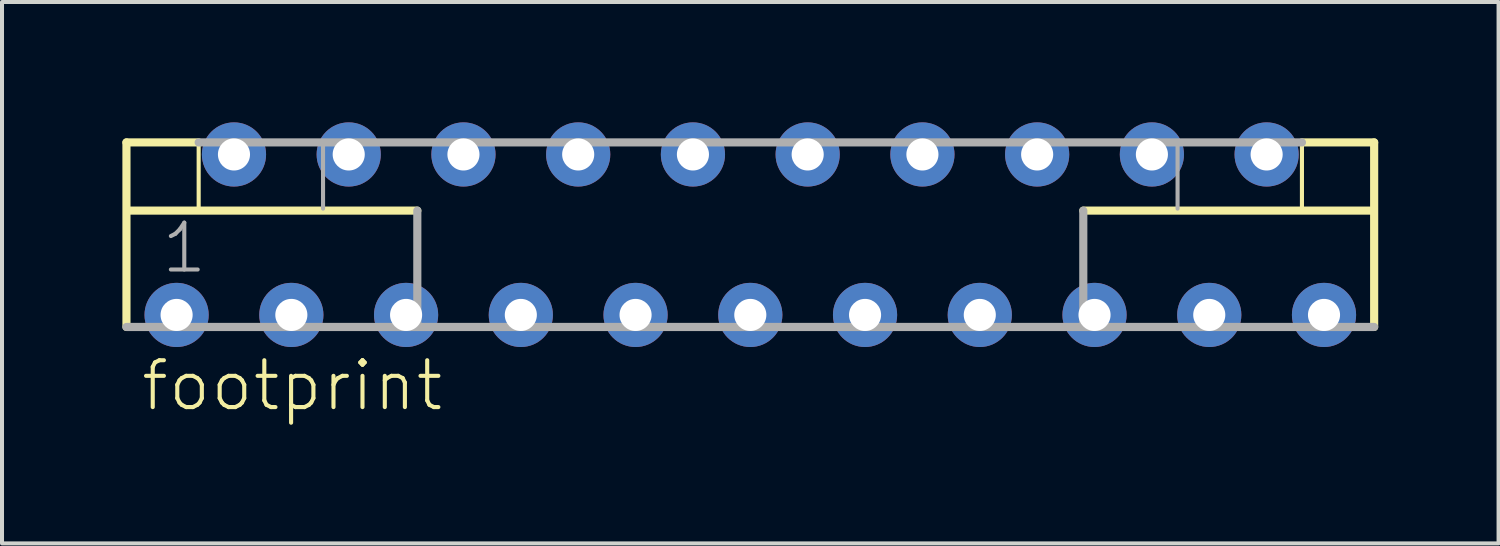
<source format=kicad_pcb>
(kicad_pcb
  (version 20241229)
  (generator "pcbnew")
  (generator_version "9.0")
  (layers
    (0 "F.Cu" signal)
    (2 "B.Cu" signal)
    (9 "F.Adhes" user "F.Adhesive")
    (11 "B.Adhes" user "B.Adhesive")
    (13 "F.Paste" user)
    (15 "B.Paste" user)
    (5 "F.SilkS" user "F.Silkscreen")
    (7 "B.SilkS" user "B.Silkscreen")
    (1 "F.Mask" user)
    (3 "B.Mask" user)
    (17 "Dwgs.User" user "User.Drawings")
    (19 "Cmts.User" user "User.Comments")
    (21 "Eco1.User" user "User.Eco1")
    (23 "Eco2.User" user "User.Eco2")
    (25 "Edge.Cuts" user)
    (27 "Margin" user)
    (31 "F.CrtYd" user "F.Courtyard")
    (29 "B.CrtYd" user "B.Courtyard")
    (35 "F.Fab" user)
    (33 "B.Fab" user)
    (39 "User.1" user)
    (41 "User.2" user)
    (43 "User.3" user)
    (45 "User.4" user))
  (footprint "footprint"
    (layer "F.Cu")
    (at 15.652 2.8)
    (property "Reference" "footprint" (at -15.24 4.445 0) (layer "F.SilkS") (effects (font (size 1.168 1.168) (thickness 0.102)) (justify left bottom)))
    (fp_line (start -15.55 -2.3) (end -13.75 -2.3) (stroke (width 0.203) (type solid)) (layer "F.SilkS"))
    (fp_line (start -15.55 2.3) (end -15.55 -2.3) (stroke (width 0.203) (type solid)) (layer "F.SilkS"))
    (fp_line (start -15.5 -0.6) (end -8.3 -0.6) (stroke (width 0.203) (type solid)) (layer "F.SilkS"))
    (fp_line (start -13.75 -2.3) (end -13.75 -0.65) (stroke (width 0.102) (type solid)) (layer "F.SilkS"))
    (fp_line (start 13.75 -2.3) (end 13.75 -0.65) (stroke (width 0.102) (type solid)) (layer "F.SilkS"))
    (fp_line (start 13.75 -2.3) (end 15.55 -2.3) (stroke (width 0.203) (type solid)) (layer "F.SilkS"))
    (fp_line (start 15.45 -0.6) (end 8.3 -0.6) (stroke (width 0.203) (type solid)) (layer "F.SilkS"))
    (fp_line (start 15.55 -2.3) (end 15.55 2.3) (stroke (width 0.203) (type solid)) (layer "F.SilkS"))
    (fp_line (start -13.75 -2.3) (end 13.75 -2.3) (stroke (width 0.203) (type solid)) (layer "F.Fab"))
    (fp_line (start -10.65 -2.25) (end -10.65 -0.65) (stroke (width 0.102) (type solid)) (layer "F.Fab"))
    (fp_line (start -8.3 -0.6) (end -8.3 2.2) (stroke (width 0.203) (type solid)) (layer "F.Fab"))
    (fp_line (start 8.3 -0.6) (end 8.3 2.2) (stroke (width 0.203) (type solid)) (layer "F.Fab"))
    (fp_line (start 10.65 -2.25) (end 10.65 -0.65) (stroke (width 0.102) (type solid)) (layer "F.Fab"))
    (fp_line (start 15.55 2.3) (end -15.55 2.3) (stroke (width 0.203) (type solid)) (layer "F.Fab"))
    (fp_text user "1" (at -14.732 1.016 0) (layer "F.Fab") (effects (font (size 1.168 1.168) (thickness 0.102)) (justify left bottom)))
    (pad "1" thru_hole circle (at -14.3 2) (size 1.6 1.6) (drill 0.8) (layers "*.Cu" "*.Mask"))
    (pad "2" thru_hole circle (at -12.87 -2) (size 1.6 1.6) (drill 0.8) (layers "*.Cu" "*.Mask"))
    (pad "3" thru_hole circle (at -11.44 2) (size 1.6 1.6) (drill 0.8) (layers "*.Cu" "*.Mask"))
    (pad "4" thru_hole circle (at -10.01 -2) (size 1.6 1.6) (drill 0.8) (layers "*.Cu" "*.Mask"))
    (pad "5" thru_hole circle (at -8.58 2) (size 1.6 1.6) (drill 0.8) (layers "*.Cu" "*.Mask"))
    (pad "6" thru_hole circle (at -7.15 -2) (size 1.6 1.6) (drill 0.8) (layers "*.Cu" "*.Mask"))
    (pad "7" thru_hole circle (at -5.72 2) (size 1.6 1.6) (drill 0.8) (layers "*.Cu" "*.Mask"))
    (pad "8" thru_hole circle (at -4.29 -2) (size 1.6 1.6) (drill 0.8) (layers "*.Cu" "*.Mask"))
    (pad "9" thru_hole circle (at -2.86 2) (size 1.6 1.6) (drill 0.8) (layers "*.Cu" "*.Mask"))
    (pad "10" thru_hole circle (at -1.43 -2) (size 1.6 1.6) (drill 0.8) (layers "*.Cu" "*.Mask"))
    (pad "11" thru_hole circle (at 0 2) (size 1.6 1.6) (drill 0.8) (layers "*.Cu" "*.Mask"))
    (pad "12" thru_hole circle (at 1.43 -2) (size 1.6 1.6) (drill 0.8) (layers "*.Cu" "*.Mask"))
    (pad "13" thru_hole circle (at 2.86 2) (size 1.6 1.6) (drill 0.8) (layers "*.Cu" "*.Mask"))
    (pad "14" thru_hole circle (at 4.29 -2) (size 1.6 1.6) (drill 0.8) (layers "*.Cu" "*.Mask"))
    (pad "15" thru_hole circle (at 5.72 2) (size 1.6 1.6) (drill 0.8) (layers "*.Cu" "*.Mask"))
    (pad "16" thru_hole circle (at 7.15 -2) (size 1.6 1.6) (drill 0.8) (layers "*.Cu" "*.Mask"))
    (pad "17" thru_hole circle (at 8.58 2) (size 1.6 1.6) (drill 0.8) (layers "*.Cu" "*.Mask"))
    (pad "18" thru_hole circle (at 10.01 -2) (size 1.6 1.6) (drill 0.8) (layers "*.Cu" "*.Mask"))
    (pad "19" thru_hole circle (at 11.44 2) (size 1.6 1.6) (drill 0.8) (layers "*.Cu" "*.Mask"))
    (pad "20" thru_hole circle (at 12.87 -2) (size 1.6 1.6) (drill 0.8) (layers "*.Cu" "*.Mask"))
    (pad "21" thru_hole circle (at 14.3 2) (size 1.6 1.6) (drill 0.8) (layers "*.Cu" "*.Mask")))
  (gr_rect
    (start -3 -3)
    (end 34.303 10.495)
    (stroke (width 0.1) (type default))
    (fill no)
    (layer "Edge.Cuts")))
</source>
